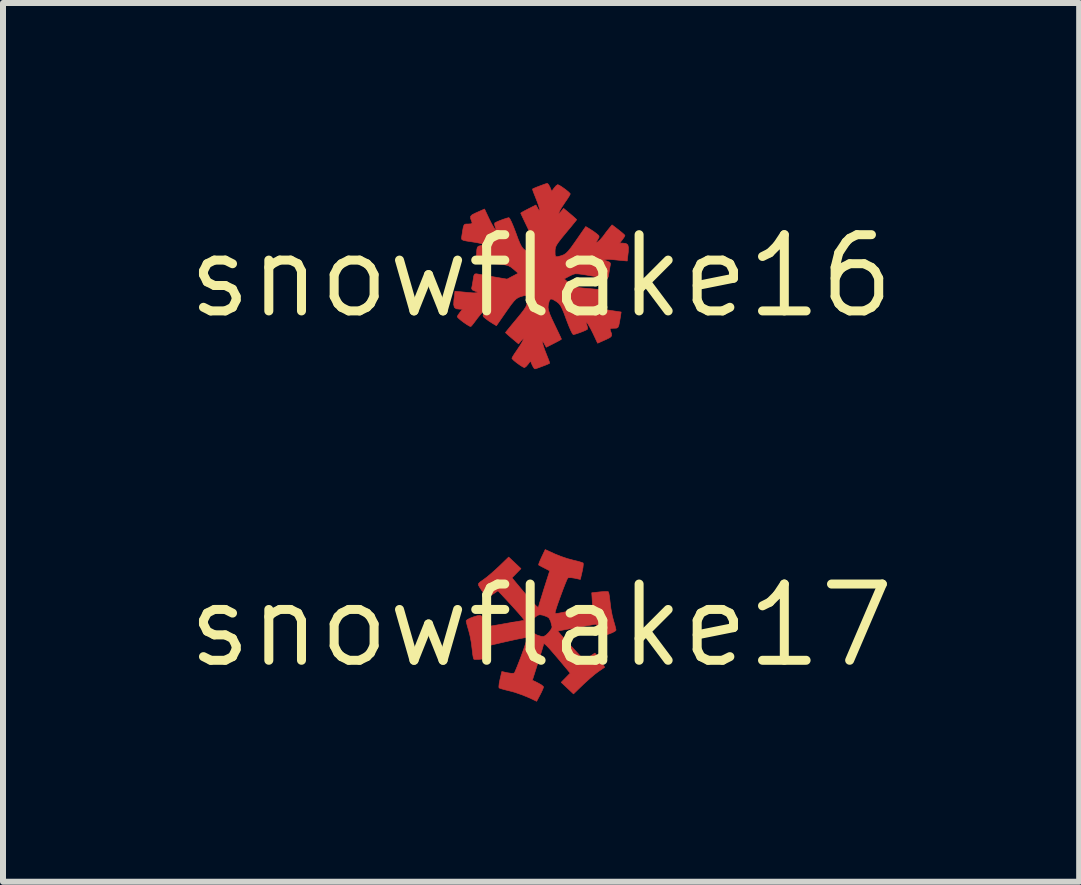
<source format=kicad_pcb>
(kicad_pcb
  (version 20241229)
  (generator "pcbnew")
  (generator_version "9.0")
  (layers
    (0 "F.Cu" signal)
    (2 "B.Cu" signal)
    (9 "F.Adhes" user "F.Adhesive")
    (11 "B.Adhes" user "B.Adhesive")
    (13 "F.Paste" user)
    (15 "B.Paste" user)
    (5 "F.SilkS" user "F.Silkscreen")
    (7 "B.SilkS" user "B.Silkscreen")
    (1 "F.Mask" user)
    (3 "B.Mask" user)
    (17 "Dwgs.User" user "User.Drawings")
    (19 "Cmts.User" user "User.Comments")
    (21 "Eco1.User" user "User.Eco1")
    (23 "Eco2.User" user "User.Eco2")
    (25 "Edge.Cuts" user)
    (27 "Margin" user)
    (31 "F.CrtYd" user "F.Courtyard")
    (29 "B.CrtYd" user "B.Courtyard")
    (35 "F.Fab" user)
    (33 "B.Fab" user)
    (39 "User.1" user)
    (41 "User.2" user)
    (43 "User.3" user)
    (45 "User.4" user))
  (footprint "snowflake17"
    (layer "F.Cu")
    (at 5.964 7.37)
    (property "Reference" "snowflake17" (at 0 0 0) (layer "F.SilkS") (effects (font (size 1.27 1.27) (thickness 0.15))))
    (attr through_hole)
    (fp_poly (pts (xy 0.226 -1.193) (xy 0.327 -1.152) (xy 0.439 -1.114) (xy 0.536 -1.088) (xy 0.611 -1.07) (xy 0.67 -1.053) (xy 0.7 -1.041) (xy 0.701 -1.04) (xy 0.703 -1.014) (xy 0.697 -0.959) (xy 0.684 -0.897) (xy 0.654 -0.767) (xy 0.558 -0.788) (xy 0.497 -0.797) (xy 0.455 -0.795) (xy 0.445 -0.791) (xy 0.431 -0.764) (xy 0.407 -0.707) (xy 0.376 -0.629) (xy 0.342 -0.538) (xy 0.308 -0.445) (xy 0.277 -0.359) (xy 0.254 -0.29) (xy 0.242 -0.249) (xy 0.236 -0.227) (xy 0.234 -0.211) (xy 0.24 -0.202) (xy 0.261 -0.2) (xy 0.301 -0.206) (xy 0.366 -0.219) (xy 0.462 -0.241) (xy 0.593 -0.27) (xy 0.603 -0.273) (xy 0.857 -0.33) (xy 0.851 -0.437) (xy 0.844 -0.545) (xy 0.973 -0.559) (xy 1.043 -0.565) (xy 1.097 -0.566) (xy 1.119 -0.563) (xy 1.129 -0.538) (xy 1.139 -0.482) (xy 1.148 -0.405) (xy 1.15 -0.387) (xy 1.163 -0.282) (xy 1.184 -0.171) (xy 1.206 -0.085) (xy 1.228 -0.011) (xy 1.243 0.047) (xy 1.249 0.077) (xy 1.23 0.097) (xy 1.184 0.121) (xy 1.124 0.144) (xy 1.063 0.162) (xy 1.015 0.169) (xy 0.985 0.152) (xy 0.961 0.098) (xy 0.955 0.074) (xy 0.938 0.018) (xy 0.922 -0.016) (xy 0.916 -0.021) (xy 0.891 -0.018) (xy 0.832 -0.008) (xy 0.747 0.007) (xy 0.643 0.026) (xy 0.589 0.035) (xy 0.277 0.092) (xy 0.331 0.156) (xy 0.368 0.198) (xy 0.425 0.261) (xy 0.494 0.337) (xy 0.551 0.399) (xy 0.718 0.578) (xy 0.807 0.519) (xy 0.897 0.46) (xy 0.941 0.515) (xy 0.985 0.576) (xy 1.022 0.633) (xy 1.059 0.696) (xy 0.958 0.765) (xy 0.898 0.81) (xy 0.821 0.875) (xy 0.739 0.949) (xy 0.698 0.987) (xy 0.54 1.14) (xy 0.438 1.044) (xy 0.335 0.947) (xy 0.485 0.794) (xy 0.299 0.571) (xy 0.205 0.461) (xy 0.135 0.381) (xy 0.086 0.33) (xy 0.056 0.305) (xy 0.043 0.304) (xy 0.042 0.31) (xy 0.036 0.335) (xy 0.019 0.394) (xy -0.007 0.477) (xy -0.038 0.578) (xy -0.052 0.62) (xy -0.145 0.912) (xy -0.051 0.958) (xy 0.003 0.988) (xy 0.036 1.015) (xy 0.041 1.026) (xy 0.031 1.055) (xy 0.007 1.109) (xy -0.017 1.156) (xy -0.074 1.263) (xy -0.222 1.194) (xy -0.324 1.153) (xy -0.439 1.113) (xy -0.529 1.089) (xy -0.607 1.07) (xy -0.667 1.053) (xy -0.699 1.041) (xy -0.701 1.04) (xy -0.703 1.014) (xy -0.697 0.959) (xy -0.684 0.897) (xy -0.654 0.767) (xy -0.558 0.788) (xy -0.497 0.797) (xy -0.455 0.795) (xy -0.445 0.791) (xy -0.432 0.764) (xy -0.408 0.707) (xy -0.377 0.629) (xy -0.342 0.539) (xy -0.308 0.446) (xy -0.278 0.361) (xy -0.255 0.292) (xy -0.243 0.251) (xy -0.23 0.196) (xy -0.332 0.215) (xy -0.398 0.228) (xy -0.49 0.248) (xy -0.593 0.271) (xy -0.646 0.283) (xy -0.857 0.332) (xy -0.851 0.438) (xy -0.844 0.545) (xy -0.973 0.559) (xy -1.044 0.565) (xy -1.097 0.566) (xy -1.119 0.563) (xy -1.129 0.538) (xy -1.139 0.482) (xy -1.148 0.405) (xy -1.15 0.387) (xy -1.163 0.282) (xy -1.184 0.171) (xy -1.206 0.085) (xy -1.228 0.011) (xy -1.243 -0.047) (xy -1.249 -0.077) (xy -1.23 -0.097) (xy -1.184 -0.121) (xy -1.124 -0.144) (xy -1.063 -0.162) (xy -1.015 -0.169) (xy -0.985 -0.152) (xy -0.961 -0.098) (xy -0.955 -0.074) (xy -0.937 -0.018) (xy -0.921 0.016) (xy -0.915 0.021) (xy -0.889 0.018) (xy -0.83 0.008) (xy -0.744 -0.006) (xy -0.641 -0.024) (xy -0.597 -0.032) (xy -0.527 -0.044) (xy -0.179 -0.044) (xy -0.177 0.000458) (xy -0.176 0.007) (xy -0.157 0.081) (xy -0.127 0.126) (xy -0.077 0.155) (xy -0.06 0.162) (xy 0.003 0.182) (xy 0.045 0.183) (xy 0.083 0.16) (xy 0.124 0.12) (xy 0.162 0.072) (xy 0.182 0.032) (xy 0.182 0.019) (xy 0.171 -0.023) (xy 0.16 -0.07) (xy 0.133 -0.122) (xy 0.1 -0.146) (xy 0.027 -0.172) (xy -0.021 -0.18) (xy -0.059 -0.169) (xy -0.1 -0.138) (xy -0.114 -0.126) (xy -0.16 -0.081) (xy -0.179 -0.044) (xy -0.527 -0.044) (xy -0.489 -0.051) (xy -0.396 -0.066) (xy -0.327 -0.078) (xy -0.288 -0.084) (xy -0.283 -0.085) (xy -0.287 -0.098) (xy -0.317 -0.138) (xy -0.375 -0.205) (xy -0.461 -0.301) (xy -0.551 -0.399) (xy -0.718 -0.578) (xy -0.806 -0.52) (xy -0.895 -0.461) (xy -0.943 -0.522) (xy -0.987 -0.581) (xy -1.025 -0.639) (xy -1.025 -0.639) (xy -1.043 -0.672) (xy -1.043 -0.696) (xy -1.02 -0.721) (xy -0.968 -0.758) (xy -0.958 -0.765) (xy -0.898 -0.81) (xy -0.821 -0.875) (xy -0.739 -0.949) (xy -0.698 -0.987) (xy -0.54 -1.14) (xy -0.438 -1.044) (xy -0.335 -0.947) (xy -0.485 -0.794) (xy -0.299 -0.571) (xy -0.205 -0.461) (xy -0.135 -0.381) (xy -0.086 -0.33) (xy -0.056 -0.305) (xy -0.043 -0.304) (xy -0.042 -0.31) (xy -0.036 -0.335) (xy -0.019 -0.394) (xy 0.007 -0.477) (xy 0.038 -0.578) (xy 0.051 -0.62) (xy 0.144 -0.911) (xy 0.056 -0.956) (xy 0.002 -0.984) (xy -0.034 -1.004) (xy -0.041 -1.008) (xy -0.037 -1.03) (xy -0.018 -1.079) (xy 0.01 -1.141) (xy 0.069 -1.265) (xy 0.226 -1.193)) (stroke (width 0.01) (type solid)) (fill yes) (layer "F.Cu")))
  (footprint "snowflake16"
    (layer "F.Cu")
    (at 5.964 1.55)
    (property "Reference" "snowflake16" (at 0 0 0) (layer "F.SilkS") (effects (font (size 1.27 1.27) (thickness 0.15))))
    (attr through_hole)
    (fp_poly (pts (xy 0.123 -1.528) (xy 0.147 -1.485) (xy 0.149 -1.479) (xy 0.177 -1.413) (xy 0.217 -1.468) (xy 0.251 -1.507) (xy 0.277 -1.524) (xy 0.278 -1.524) (xy 0.306 -1.512) (xy 0.353 -1.482) (xy 0.406 -1.444) (xy 0.453 -1.406) (xy 0.482 -1.377) (xy 0.486 -1.369) (xy 0.475 -1.345) (xy 0.445 -1.296) (xy 0.401 -1.232) (xy 0.392 -1.218) (xy 0.349 -1.154) (xy 0.317 -1.1) (xy 0.298 -1.061) (xy 0.295 -1.043) (xy 0.309 -1.051) (xy 0.336 -1.081) (xy 0.375 -1.129) (xy 0.484 -1.038) (xy 0.539 -0.991) (xy 0.578 -0.956) (xy 0.593 -0.941) (xy 0.593 -0.941) (xy 0.58 -0.923) (xy 0.545 -0.88) (xy 0.493 -0.816) (xy 0.428 -0.738) (xy 0.413 -0.72) (xy 0.339 -0.63) (xy 0.289 -0.565) (xy 0.257 -0.517) (xy 0.24 -0.478) (xy 0.234 -0.441) (xy 0.233 -0.411) (xy 0.234 -0.353) (xy 0.244 -0.326) (xy 0.273 -0.323) (xy 0.331 -0.339) (xy 0.343 -0.342) (xy 0.38 -0.357) (xy 0.415 -0.38) (xy 0.453 -0.418) (xy 0.501 -0.478) (xy 0.563 -0.565) (xy 0.585 -0.597) (xy 0.744 -0.826) (xy 0.806 -0.789) (xy 0.87 -0.748) (xy 0.924 -0.708) (xy 0.961 -0.676) (xy 0.967 -0.651) (xy 0.946 -0.613) (xy 0.941 -0.604) (xy 0.916 -0.565) (xy 0.915 -0.555) (xy 0.938 -0.568) (xy 0.944 -0.571) (xy 0.985 -0.607) (xy 1.029 -0.658) (xy 1.034 -0.664) (xy 1.081 -0.729) (xy 1.131 -0.792) (xy 1.131 -0.792) (xy 1.182 -0.854) (xy 1.289 -0.772) (xy 1.345 -0.727) (xy 1.384 -0.693) (xy 1.397 -0.676) (xy 1.385 -0.651) (xy 1.356 -0.61) (xy 1.353 -0.606) (xy 1.309 -0.55) (xy 1.358 -0.55) (xy 1.413 -0.544) (xy 1.445 -0.521) (xy 1.456 -0.474) (xy 1.452 -0.395) (xy 1.45 -0.383) (xy 1.435 -0.252) (xy 1.284 -0.266) (xy 1.202 -0.274) (xy 1.152 -0.278) (xy 1.121 -0.28) (xy 1.099 -0.279) (xy 1.073 -0.276) (xy 1.069 -0.276) (xy 1.052 -0.27) (xy 1.075 -0.258) (xy 1.097 -0.251) (xy 1.145 -0.23) (xy 1.158 -0.204) (xy 1.156 -0.195) (xy 1.147 -0.153) (xy 1.136 -0.088) (xy 1.131 -0.056) (xy 1.121 0.005) (xy 1.108 0.033) (xy 1.084 0.039) (xy 1.05 0.033) (xy 1.001 0.024) (xy 0.923 0.01) (xy 0.828 -0.006) (xy 0.775 -0.015) (xy 0.68 -0.03) (xy 0.615 -0.038) (xy 0.57 -0.039) (xy 0.535 -0.03) (xy 0.497 -0.013) (xy 0.475 -0.002) (xy 0.385 0.046) (xy 0.462 0.116) (xy 0.506 0.152) (xy 0.549 0.175) (xy 0.603 0.188) (xy 0.683 0.197) (xy 0.709 0.2) (xy 0.806 0.208) (xy 0.902 0.217) (xy 0.976 0.225) (xy 0.98 0.225) (xy 1.081 0.237) (xy 1.075 0.367) (xy 1.071 0.439) (xy 1.062 0.479) (xy 1.044 0.498) (xy 1.012 0.507) (xy 1.005 0.508) (xy 0.966 0.519) (xy 0.965 0.531) (xy 1.002 0.544) (xy 1.08 0.56) (xy 1.16 0.572) (xy 1.334 0.598) (xy 1.322 0.675) (xy 1.307 0.765) (xy 1.295 0.822) (xy 1.281 0.852) (xy 1.262 0.865) (xy 1.232 0.868) (xy 1.213 0.868) (xy 1.164 0.871) (xy 1.149 0.884) (xy 1.154 0.905) (xy 1.174 0.96) (xy 1.174 0.996) (xy 1.148 1.023) (xy 1.09 1.052) (xy 1.065 1.063) (xy 0.942 1.118) (xy 0.864 0.952) (xy 0.826 0.876) (xy 0.792 0.817) (xy 0.766 0.777) (xy 0.751 0.762) (xy 0.749 0.776) (xy 0.763 0.817) (xy 0.775 0.861) (xy 0.772 0.886) (xy 0.744 0.901) (xy 0.691 0.924) (xy 0.629 0.947) (xy 0.572 0.966) (xy 0.537 0.974) (xy 0.536 0.974) (xy 0.52 0.955) (xy 0.494 0.904) (xy 0.461 0.827) (xy 0.425 0.734) (xy 0.421 0.723) (xy 0.382 0.617) (xy 0.351 0.543) (xy 0.325 0.492) (xy 0.298 0.458) (xy 0.266 0.431) (xy 0.245 0.417) (xy 0.19 0.385) (xy 0.157 0.381) (xy 0.137 0.41) (xy 0.121 0.475) (xy 0.119 0.487) (xy 0.117 0.525) (xy 0.124 0.569) (xy 0.143 0.627) (xy 0.178 0.708) (xy 0.222 0.801) (xy 0.266 0.893) (xy 0.303 0.97) (xy 0.328 1.024) (xy 0.339 1.049) (xy 0.339 1.05) (xy 0.321 1.063) (xy 0.276 1.088) (xy 0.212 1.121) (xy 0.086 1.185) (xy 0.054 1.127) (xy 0.032 1.091) (xy 0.022 1.089) (xy 0.025 1.117) (xy 0.04 1.17) (xy 0.065 1.241) (xy 0.085 1.292) (xy 0.114 1.365) (xy 0.135 1.42) (xy 0.143 1.45) (xy 0.143 1.451) (xy 0.12 1.463) (xy 0.07 1.484) (xy 0.009 1.507) (xy -0.05 1.529) (xy -0.092 1.543) (xy -0.104 1.545) (xy -0.123 1.528) (xy -0.147 1.485) (xy -0.149 1.479) (xy -0.177 1.413) (xy -0.217 1.468) (xy -0.251 1.507) (xy -0.277 1.524) (xy -0.278 1.524) (xy -0.306 1.512) (xy -0.353 1.482) (xy -0.406 1.444) (xy -0.453 1.406) (xy -0.482 1.377) (xy -0.486 1.369) (xy -0.475 1.345) (xy -0.445 1.296) (xy -0.401 1.232) (xy -0.392 1.218) (xy -0.349 1.154) (xy -0.317 1.1) (xy -0.298 1.061) (xy -0.295 1.043) (xy -0.309 1.051) (xy -0.336 1.081) (xy -0.375 1.129) (xy -0.484 1.038) (xy -0.539 0.991) (xy -0.578 0.956) (xy -0.593 0.941) (xy -0.593 0.941) (xy -0.58 0.923) (xy -0.545 0.88) (xy -0.493 0.816) (xy -0.428 0.738) (xy -0.413 0.72) (xy -0.339 0.63) (xy -0.289 0.565) (xy -0.257 0.517) (xy -0.24 0.478) (xy -0.234 0.441) (xy -0.233 0.411) (xy -0.234 0.353) (xy -0.244 0.326) (xy -0.273 0.323) (xy -0.331 0.339) (xy -0.343 0.342) (xy -0.38 0.357) (xy -0.415 0.38) (xy -0.453 0.418) (xy -0.501 0.478) (xy -0.563 0.565) (xy -0.585 0.597) (xy -0.744 0.826) (xy -0.806 0.789) (xy -0.87 0.748) (xy -0.924 0.708) (xy -0.961 0.676) (xy -0.967 0.651) (xy -0.946 0.613) (xy -0.941 0.604) (xy -0.918 0.565) (xy -0.919 0.554) (xy -0.939 0.565) (xy -0.972 0.596) (xy -1.013 0.642) (xy -1.059 0.699) (xy -1.069 0.713) (xy -1.114 0.773) (xy -1.15 0.819) (xy -1.17 0.84) (xy -1.193 0.833) (xy -1.237 0.807) (xy -1.291 0.77) (xy -1.343 0.73) (xy -1.382 0.696) (xy -1.397 0.676) (xy -1.385 0.651) (xy -1.356 0.61) (xy -1.353 0.606) (xy -1.309 0.55) (xy -1.358 0.55) (xy -1.413 0.544) (xy -1.445 0.521) (xy -1.456 0.474) (xy -1.452 0.395) (xy -1.45 0.383) (xy -1.435 0.252) (xy -1.284 0.266) (xy -1.202 0.274) (xy -1.152 0.278) (xy -1.121 0.28) (xy -1.099 0.279) (xy -1.073 0.276) (xy -1.069 0.276) (xy -1.052 0.27) (xy -1.075 0.258) (xy -1.097 0.251) (xy -1.145 0.23) (xy -1.158 0.204) (xy -1.156 0.195) (xy -1.147 0.153) (xy -1.136 0.088) (xy -1.131 0.056) (xy -1.121 -0.005) (xy -1.107 -0.033) (xy -1.084 -0.039) (xy -1.061 -0.036) (xy -1.017 -0.028) (xy -0.943 -0.015) (xy -0.851 0.001) (xy -0.786 0.013) (xy -0.567 0.05) (xy -0.474 0.001) (xy -0.381 -0.048) (xy -0.46 -0.117) (xy -0.506 -0.153) (xy -0.549 -0.176) (xy -0.605 -0.189) (xy -0.687 -0.198) (xy -0.709 -0.2) (xy -0.806 -0.208) (xy -0.902 -0.217) (xy -0.976 -0.225) (xy -0.98 -0.225) (xy -1.081 -0.237) (xy -1.075 -0.367) (xy -1.071 -0.439) (xy -1.062 -0.479) (xy -1.044 -0.498) (xy -1.012 -0.507) (xy -1.005 -0.508) (xy -0.966 -0.519) (xy -0.965 -0.531) (xy -1.003 -0.544) (xy -1.081 -0.56) (xy -1.158 -0.572) (xy -1.243 -0.585) (xy -1.294 -0.596) (xy -1.319 -0.609) (xy -1.325 -0.628) (xy -1.323 -0.653) (xy -1.308 -0.75) (xy -1.297 -0.812) (xy -1.285 -0.848) (xy -1.27 -0.864) (xy -1.248 -0.868) (xy -1.214 -0.868) (xy -1.214 -0.868) (xy -1.165 -0.871) (xy -1.149 -0.884) (xy -1.154 -0.905) (xy -1.174 -0.96) (xy -1.174 -0.996) (xy -1.148 -1.023) (xy -1.09 -1.052) (xy -1.065 -1.063) (xy -0.942 -1.118) (xy -0.864 -0.952) (xy -0.826 -0.876) (xy -0.792 -0.817) (xy -0.766 -0.777) (xy -0.751 -0.762) (xy -0.749 -0.776) (xy -0.763 -0.817) (xy -0.775 -0.861) (xy -0.772 -0.886) (xy -0.744 -0.901) (xy -0.691 -0.924) (xy -0.629 -0.947) (xy -0.572 -0.966) (xy -0.537 -0.974) (xy -0.536 -0.974) (xy -0.52 -0.955) (xy -0.494 -0.904) (xy -0.461 -0.827) (xy -0.425 -0.734) (xy -0.421 -0.723) (xy -0.382 -0.617) (xy -0.351 -0.543) (xy -0.325 -0.492) (xy -0.298 -0.458) (xy -0.266 -0.431) (xy -0.245 -0.417) (xy -0.19 -0.385) (xy -0.157 -0.381) (xy -0.137 -0.41) (xy -0.121 -0.475) (xy -0.119 -0.487) (xy -0.117 -0.525) (xy -0.124 -0.569) (xy -0.143 -0.627) (xy -0.178 -0.708) (xy -0.222 -0.801) (xy -0.266 -0.893) (xy -0.303 -0.97) (xy -0.328 -1.024) (xy -0.339 -1.049) (xy -0.339 -1.05) (xy -0.321 -1.063) (xy -0.276 -1.088) (xy -0.212 -1.121) (xy -0.086 -1.185) (xy -0.054 -1.127) (xy -0.032 -1.091) (xy -0.022 -1.089) (xy -0.025 -1.117) (xy -0.04 -1.17) (xy -0.065 -1.241) (xy -0.085 -1.292) (xy -0.114 -1.365) (xy -0.135 -1.42) (xy -0.143 -1.45) (xy -0.143 -1.451) (xy -0.12 -1.463) (xy -0.07 -1.484) (xy -0.009 -1.507) (xy 0.05 -1.529) (xy 0.092 -1.543) (xy 0.104 -1.545) (xy 0.123 -1.528)) (stroke (width 0.01) (type solid)) (fill yes) (layer "F.Cu")))
  (gr_rect
    (start -3 -3)
    (end 14.928 11.639)
    (stroke (width 0.1) (type default))
    (fill no)
    (layer "Edge.Cuts")))
</source>
